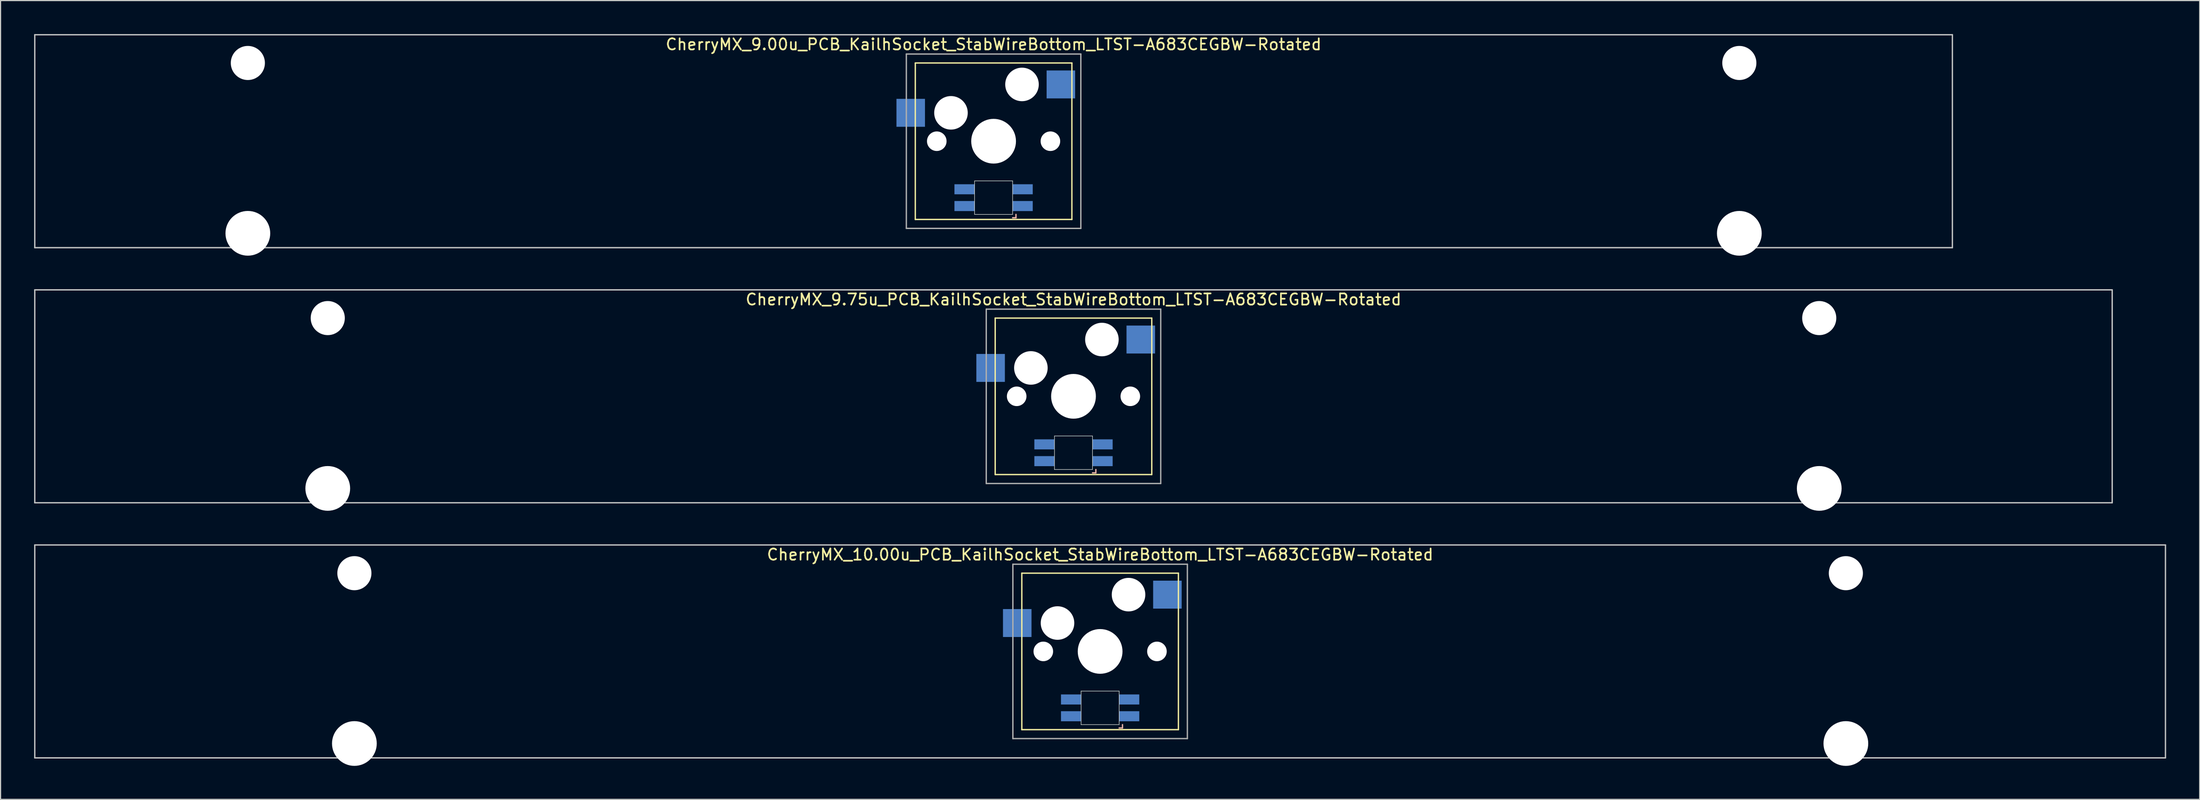
<source format=kicad_pcb>
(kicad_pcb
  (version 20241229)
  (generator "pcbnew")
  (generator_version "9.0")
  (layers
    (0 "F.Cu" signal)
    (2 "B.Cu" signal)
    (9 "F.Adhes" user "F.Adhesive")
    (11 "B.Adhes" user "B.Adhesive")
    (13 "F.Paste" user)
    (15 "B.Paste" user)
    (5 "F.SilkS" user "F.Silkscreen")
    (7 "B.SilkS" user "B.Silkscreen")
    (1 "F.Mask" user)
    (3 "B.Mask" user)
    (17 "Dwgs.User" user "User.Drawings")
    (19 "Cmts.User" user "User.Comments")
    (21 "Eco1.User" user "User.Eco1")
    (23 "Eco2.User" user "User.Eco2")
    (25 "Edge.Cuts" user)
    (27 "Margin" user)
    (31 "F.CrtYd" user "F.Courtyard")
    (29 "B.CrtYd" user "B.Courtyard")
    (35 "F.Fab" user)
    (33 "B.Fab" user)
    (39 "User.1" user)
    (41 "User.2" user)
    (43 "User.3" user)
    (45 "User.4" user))
  (footprint "CherryMX_9.75u_PCB_KailhSocket_StabWireBottom_LTST-A683CEGBW-Rotated"
    (layer "F.Cu")
    (at 92.929 32.41)
    (property "Reference" "CherryMX_9.75u_PCB_KailhSocket_StabWireBottom_LTST-A683CEGBW-Rotated" (at 0 -8.662 0) (layer "F.SilkS") (effects (font (size 1 1) (thickness 0.15))))
    (attr through_hole)
    (fp_line (start -7 -7) (end -7 7) (stroke (width 0.12) (type solid)) (layer "F.SilkS"))
    (fp_line (start -7 -7) (end 7 -7) (stroke (width 0.12) (type solid)) (layer "F.SilkS"))
    (fp_line (start 7 -7) (end 7 7) (stroke (width 0.12) (type solid)) (layer "F.SilkS"))
    (fp_line (start 7 7) (end -7 7) (stroke (width 0.12) (type solid)) (layer "F.SilkS"))
    (fp_line (start 1.7 6.85) (end 2 6.85) (stroke (width 0.12) (type solid)) (layer "B.SilkS"))
    (fp_line (start 2 6.85) (end 2 6.55) (stroke (width 0.12) (type solid)) (layer "B.SilkS"))
    (fp_line (start -92.869 -9.525) (end 92.869 -9.525) (stroke (width 0.12) (type solid)) (layer "Dwgs.User"))
    (fp_line (start -92.869 9.525) (end -92.869 -9.525) (stroke (width 0.12) (type solid)) (layer "Dwgs.User"))
    (fp_line (start 92.869 -9.525) (end 92.869 9.525) (stroke (width 0.12) (type solid)) (layer "Dwgs.User"))
    (fp_line (start 92.869 9.525) (end -92.869 9.525) (stroke (width 0.12) (type solid)) (layer "Dwgs.User"))
    (fp_line (start -1.7 3.55) (end 1.7 3.55) (stroke (width 0.05) (type solid)) (layer "Edge.Cuts"))
    (fp_line (start -1.7 6.55) (end -1.7 3.55) (stroke (width 0.05) (type solid)) (layer "Edge.Cuts"))
    (fp_line (start 1.7 3.55) (end 1.7 6.55) (stroke (width 0.05) (type solid)) (layer "Edge.Cuts"))
    (fp_line (start 1.7 6.55) (end -1.7 6.55) (stroke (width 0.05) (type solid)) (layer "Edge.Cuts"))
    (fp_line (start -7.8 -7.8) (end -7.8 7.8) (stroke (width 0.12) (type solid)) (layer "F.Fab"))
    (fp_line (start -7.8 -7.8) (end 7.8 -7.8) (stroke (width 0.12) (type solid)) (layer "F.Fab"))
    (fp_line (start -7.8 7.8) (end 7.8 7.8) (stroke (width 0.12) (type solid)) (layer "F.Fab"))
    (fp_line (start 7.8 -7.8) (end 7.8 7.8) (stroke (width 0.12) (type solid)) (layer "F.Fab"))
    (pad "" np_thru_hole circle (at -66.675 -7) (size 3.05 3.05) (drill 3.05) (layers "*.Cu" "*.Mask"))
    (pad "" np_thru_hole circle (at -66.675 8.24) (size 4 4) (drill 4) (layers "*.Cu" "*.Mask"))
    (pad "" np_thru_hole circle (at -5.08 0) (size 1.75 1.75) (drill 1.75) (layers "*.Cu" "*.Mask"))
    (pad "" np_thru_hole circle (at -3.81 -2.54) (size 3 3) (drill 3) (layers "*.Cu" "*.Mask"))
    (pad "" np_thru_hole circle (at 0 0) (size 4 4) (drill 4) (layers "*.Cu" "*.Mask"))
    (pad "" np_thru_hole circle (at 2.54 -5.08) (size 3 3) (drill 3) (layers "*.Cu" "*.Mask"))
    (pad "" np_thru_hole circle (at 5.08 0) (size 1.75 1.75) (drill 1.75) (layers "*.Cu" "*.Mask"))
    (pad "" np_thru_hole circle (at 66.675 -7) (size 3.05 3.05) (drill 3.05) (layers "*.Cu" "*.Mask"))
    (pad "" np_thru_hole circle (at 66.675 8.24) (size 4 4) (drill 4) (layers "*.Cu" "*.Mask"))
    (pad "1" smd rect (at -7.41 -2.54) (size 2.55 2.5) (layers "B.Cu" "B.Mask" "B.Paste"))
    (pad "2" smd rect (at 6.015 -5.08) (size 2.55 2.5) (layers "B.Cu" "B.Mask" "B.Paste"))
    (pad "3" smd rect (at 2.6 5.8) (size 1.8 0.9) (layers "B.Cu" "B.Mask" "B.Paste"))
    (pad "4" smd rect (at 2.6 4.3) (size 1.8 0.9) (layers "B.Cu" "B.Mask" "B.Paste"))
    (pad "5" smd rect (at -2.6 5.8) (size 1.8 0.9) (layers "B.Cu" "B.Mask" "B.Paste"))
    (pad "6" smd rect (at -2.6 4.3) (size 1.8 0.9) (layers "B.Cu" "B.Mask" "B.Paste")))
  (footprint "CherryMX_9.00u_PCB_KailhSocket_StabWireBottom_LTST-A683CEGBW-Rotated"
    (layer "F.Cu")
    (at 85.785 9.585)
    (property "Reference" "CherryMX_9.00u_PCB_KailhSocket_StabWireBottom_LTST-A683CEGBW-Rotated" (at 0 -8.662 0) (layer "F.SilkS") (effects (font (size 1 1) (thickness 0.15))))
    (attr through_hole)
    (fp_line (start -7 -7) (end -7 7) (stroke (width 0.12) (type solid)) (layer "F.SilkS"))
    (fp_line (start -7 -7) (end 7 -7) (stroke (width 0.12) (type solid)) (layer "F.SilkS"))
    (fp_line (start 7 -7) (end 7 7) (stroke (width 0.12) (type solid)) (layer "F.SilkS"))
    (fp_line (start 7 7) (end -7 7) (stroke (width 0.12) (type solid)) (layer "F.SilkS"))
    (fp_line (start 1.7 6.85) (end 2 6.85) (stroke (width 0.12) (type solid)) (layer "B.SilkS"))
    (fp_line (start 2 6.85) (end 2 6.55) (stroke (width 0.12) (type solid)) (layer "B.SilkS"))
    (fp_line (start -85.725 -9.525) (end 85.725 -9.525) (stroke (width 0.12) (type solid)) (layer "Dwgs.User"))
    (fp_line (start -85.725 9.525) (end -85.725 -9.525) (stroke (width 0.12) (type solid)) (layer "Dwgs.User"))
    (fp_line (start 85.725 -9.525) (end 85.725 9.525) (stroke (width 0.12) (type solid)) (layer "Dwgs.User"))
    (fp_line (start 85.725 9.525) (end -85.725 9.525) (stroke (width 0.12) (type solid)) (layer "Dwgs.User"))
    (fp_line (start -1.7 3.55) (end 1.7 3.55) (stroke (width 0.05) (type solid)) (layer "Edge.Cuts"))
    (fp_line (start -1.7 6.55) (end -1.7 3.55) (stroke (width 0.05) (type solid)) (layer "Edge.Cuts"))
    (fp_line (start 1.7 3.55) (end 1.7 6.55) (stroke (width 0.05) (type solid)) (layer "Edge.Cuts"))
    (fp_line (start 1.7 6.55) (end -1.7 6.55) (stroke (width 0.05) (type solid)) (layer "Edge.Cuts"))
    (fp_line (start -7.8 -7.8) (end -7.8 7.8) (stroke (width 0.12) (type solid)) (layer "F.Fab"))
    (fp_line (start -7.8 -7.8) (end 7.8 -7.8) (stroke (width 0.12) (type solid)) (layer "F.Fab"))
    (fp_line (start -7.8 7.8) (end 7.8 7.8) (stroke (width 0.12) (type solid)) (layer "F.Fab"))
    (fp_line (start 7.8 -7.8) (end 7.8 7.8) (stroke (width 0.12) (type solid)) (layer "F.Fab"))
    (pad "" np_thru_hole circle (at -66.675 -7) (size 3.05 3.05) (drill 3.05) (layers "*.Cu" "*.Mask"))
    (pad "" np_thru_hole circle (at -66.675 8.24) (size 4 4) (drill 4) (layers "*.Cu" "*.Mask"))
    (pad "" np_thru_hole circle (at -5.08 0) (size 1.75 1.75) (drill 1.75) (layers "*.Cu" "*.Mask"))
    (pad "" np_thru_hole circle (at -3.81 -2.54) (size 3 3) (drill 3) (layers "*.Cu" "*.Mask"))
    (pad "" np_thru_hole circle (at 0 0) (size 4 4) (drill 4) (layers "*.Cu" "*.Mask"))
    (pad "" np_thru_hole circle (at 2.54 -5.08) (size 3 3) (drill 3) (layers "*.Cu" "*.Mask"))
    (pad "" np_thru_hole circle (at 5.08 0) (size 1.75 1.75) (drill 1.75) (layers "*.Cu" "*.Mask"))
    (pad "" np_thru_hole circle (at 66.675 -7) (size 3.05 3.05) (drill 3.05) (layers "*.Cu" "*.Mask"))
    (pad "" np_thru_hole circle (at 66.675 8.24) (size 4 4) (drill 4) (layers "*.Cu" "*.Mask"))
    (pad "1" smd rect (at -7.41 -2.54) (size 2.55 2.5) (layers "B.Cu" "B.Mask" "B.Paste"))
    (pad "2" smd rect (at 6.015 -5.08) (size 2.55 2.5) (layers "B.Cu" "B.Mask" "B.Paste"))
    (pad "3" smd rect (at 2.6 5.8) (size 1.8 0.9) (layers "B.Cu" "B.Mask" "B.Paste"))
    (pad "4" smd rect (at 2.6 4.3) (size 1.8 0.9) (layers "B.Cu" "B.Mask" "B.Paste"))
    (pad "5" smd rect (at -2.6 5.8) (size 1.8 0.9) (layers "B.Cu" "B.Mask" "B.Paste"))
    (pad "6" smd rect (at -2.6 4.3) (size 1.8 0.9) (layers "B.Cu" "B.Mask" "B.Paste")))
  (footprint "CherryMX_10.00u_PCB_KailhSocket_StabWireBottom_LTST-A683CEGBW-Rotated"
    (layer "F.Cu")
    (at 95.31 55.235)
    (property "Reference" "CherryMX_10.00u_PCB_KailhSocket_StabWireBottom_LTST-A683CEGBW-Rotated" (at 0 -8.662 0) (layer "F.SilkS") (effects (font (size 1 1) (thickness 0.15))))
    (attr through_hole)
    (fp_line (start -7 -7) (end -7 7) (stroke (width 0.12) (type solid)) (layer "F.SilkS"))
    (fp_line (start -7 -7) (end 7 -7) (stroke (width 0.12) (type solid)) (layer "F.SilkS"))
    (fp_line (start 7 -7) (end 7 7) (stroke (width 0.12) (type solid)) (layer "F.SilkS"))
    (fp_line (start 7 7) (end -7 7) (stroke (width 0.12) (type solid)) (layer "F.SilkS"))
    (fp_line (start 1.7 6.85) (end 2 6.85) (stroke (width 0.12) (type solid)) (layer "B.SilkS"))
    (fp_line (start 2 6.85) (end 2 6.55) (stroke (width 0.12) (type solid)) (layer "B.SilkS"))
    (fp_line (start -95.25 -9.525) (end 95.25 -9.525) (stroke (width 0.12) (type solid)) (layer "Dwgs.User"))
    (fp_line (start -95.25 9.525) (end -95.25 -9.525) (stroke (width 0.12) (type solid)) (layer "Dwgs.User"))
    (fp_line (start 95.25 -9.525) (end 95.25 9.525) (stroke (width 0.12) (type solid)) (layer "Dwgs.User"))
    (fp_line (start 95.25 9.525) (end -95.25 9.525) (stroke (width 0.12) (type solid)) (layer "Dwgs.User"))
    (fp_line (start -1.7 3.55) (end 1.7 3.55) (stroke (width 0.05) (type solid)) (layer "Edge.Cuts"))
    (fp_line (start -1.7 6.55) (end -1.7 3.55) (stroke (width 0.05) (type solid)) (layer "Edge.Cuts"))
    (fp_line (start 1.7 3.55) (end 1.7 6.55) (stroke (width 0.05) (type solid)) (layer "Edge.Cuts"))
    (fp_line (start 1.7 6.55) (end -1.7 6.55) (stroke (width 0.05) (type solid)) (layer "Edge.Cuts"))
    (fp_line (start -7.8 -7.8) (end -7.8 7.8) (stroke (width 0.12) (type solid)) (layer "F.Fab"))
    (fp_line (start -7.8 -7.8) (end 7.8 -7.8) (stroke (width 0.12) (type solid)) (layer "F.Fab"))
    (fp_line (start -7.8 7.8) (end 7.8 7.8) (stroke (width 0.12) (type solid)) (layer "F.Fab"))
    (fp_line (start 7.8 -7.8) (end 7.8 7.8) (stroke (width 0.12) (type solid)) (layer "F.Fab"))
    (pad "" np_thru_hole circle (at -66.675 -7) (size 3.05 3.05) (drill 3.05) (layers "*.Cu" "*.Mask"))
    (pad "" np_thru_hole circle (at -66.675 8.24) (size 4 4) (drill 4) (layers "*.Cu" "*.Mask"))
    (pad "" np_thru_hole circle (at -5.08 0) (size 1.75 1.75) (drill 1.75) (layers "*.Cu" "*.Mask"))
    (pad "" np_thru_hole circle (at -3.81 -2.54) (size 3 3) (drill 3) (layers "*.Cu" "*.Mask"))
    (pad "" np_thru_hole circle (at 0 0) (size 4 4) (drill 4) (layers "*.Cu" "*.Mask"))
    (pad "" np_thru_hole circle (at 2.54 -5.08) (size 3 3) (drill 3) (layers "*.Cu" "*.Mask"))
    (pad "" np_thru_hole circle (at 5.08 0) (size 1.75 1.75) (drill 1.75) (layers "*.Cu" "*.Mask"))
    (pad "" np_thru_hole circle (at 66.675 -7) (size 3.05 3.05) (drill 3.05) (layers "*.Cu" "*.Mask"))
    (pad "" np_thru_hole circle (at 66.675 8.24) (size 4 4) (drill 4) (layers "*.Cu" "*.Mask"))
    (pad "1" smd rect (at -7.41 -2.54) (size 2.55 2.5) (layers "B.Cu" "B.Mask" "B.Paste"))
    (pad "2" smd rect (at 6.015 -5.08) (size 2.55 2.5) (layers "B.Cu" "B.Mask" "B.Paste"))
    (pad "3" smd rect (at 2.6 5.8) (size 1.8 0.9) (layers "B.Cu" "B.Mask" "B.Paste"))
    (pad "4" smd rect (at 2.6 4.3) (size 1.8 0.9) (layers "B.Cu" "B.Mask" "B.Paste"))
    (pad "5" smd rect (at -2.6 5.8) (size 1.8 0.9) (layers "B.Cu" "B.Mask" "B.Paste"))
    (pad "6" smd rect (at -2.6 4.3) (size 1.8 0.9) (layers "B.Cu" "B.Mask" "B.Paste")))
  (gr_rect
    (start -3 -3)
    (end 193.62 68.475)
    (stroke (width 0.1) (type default))
    (fill no)
    (layer "Edge.Cuts")))
</source>
